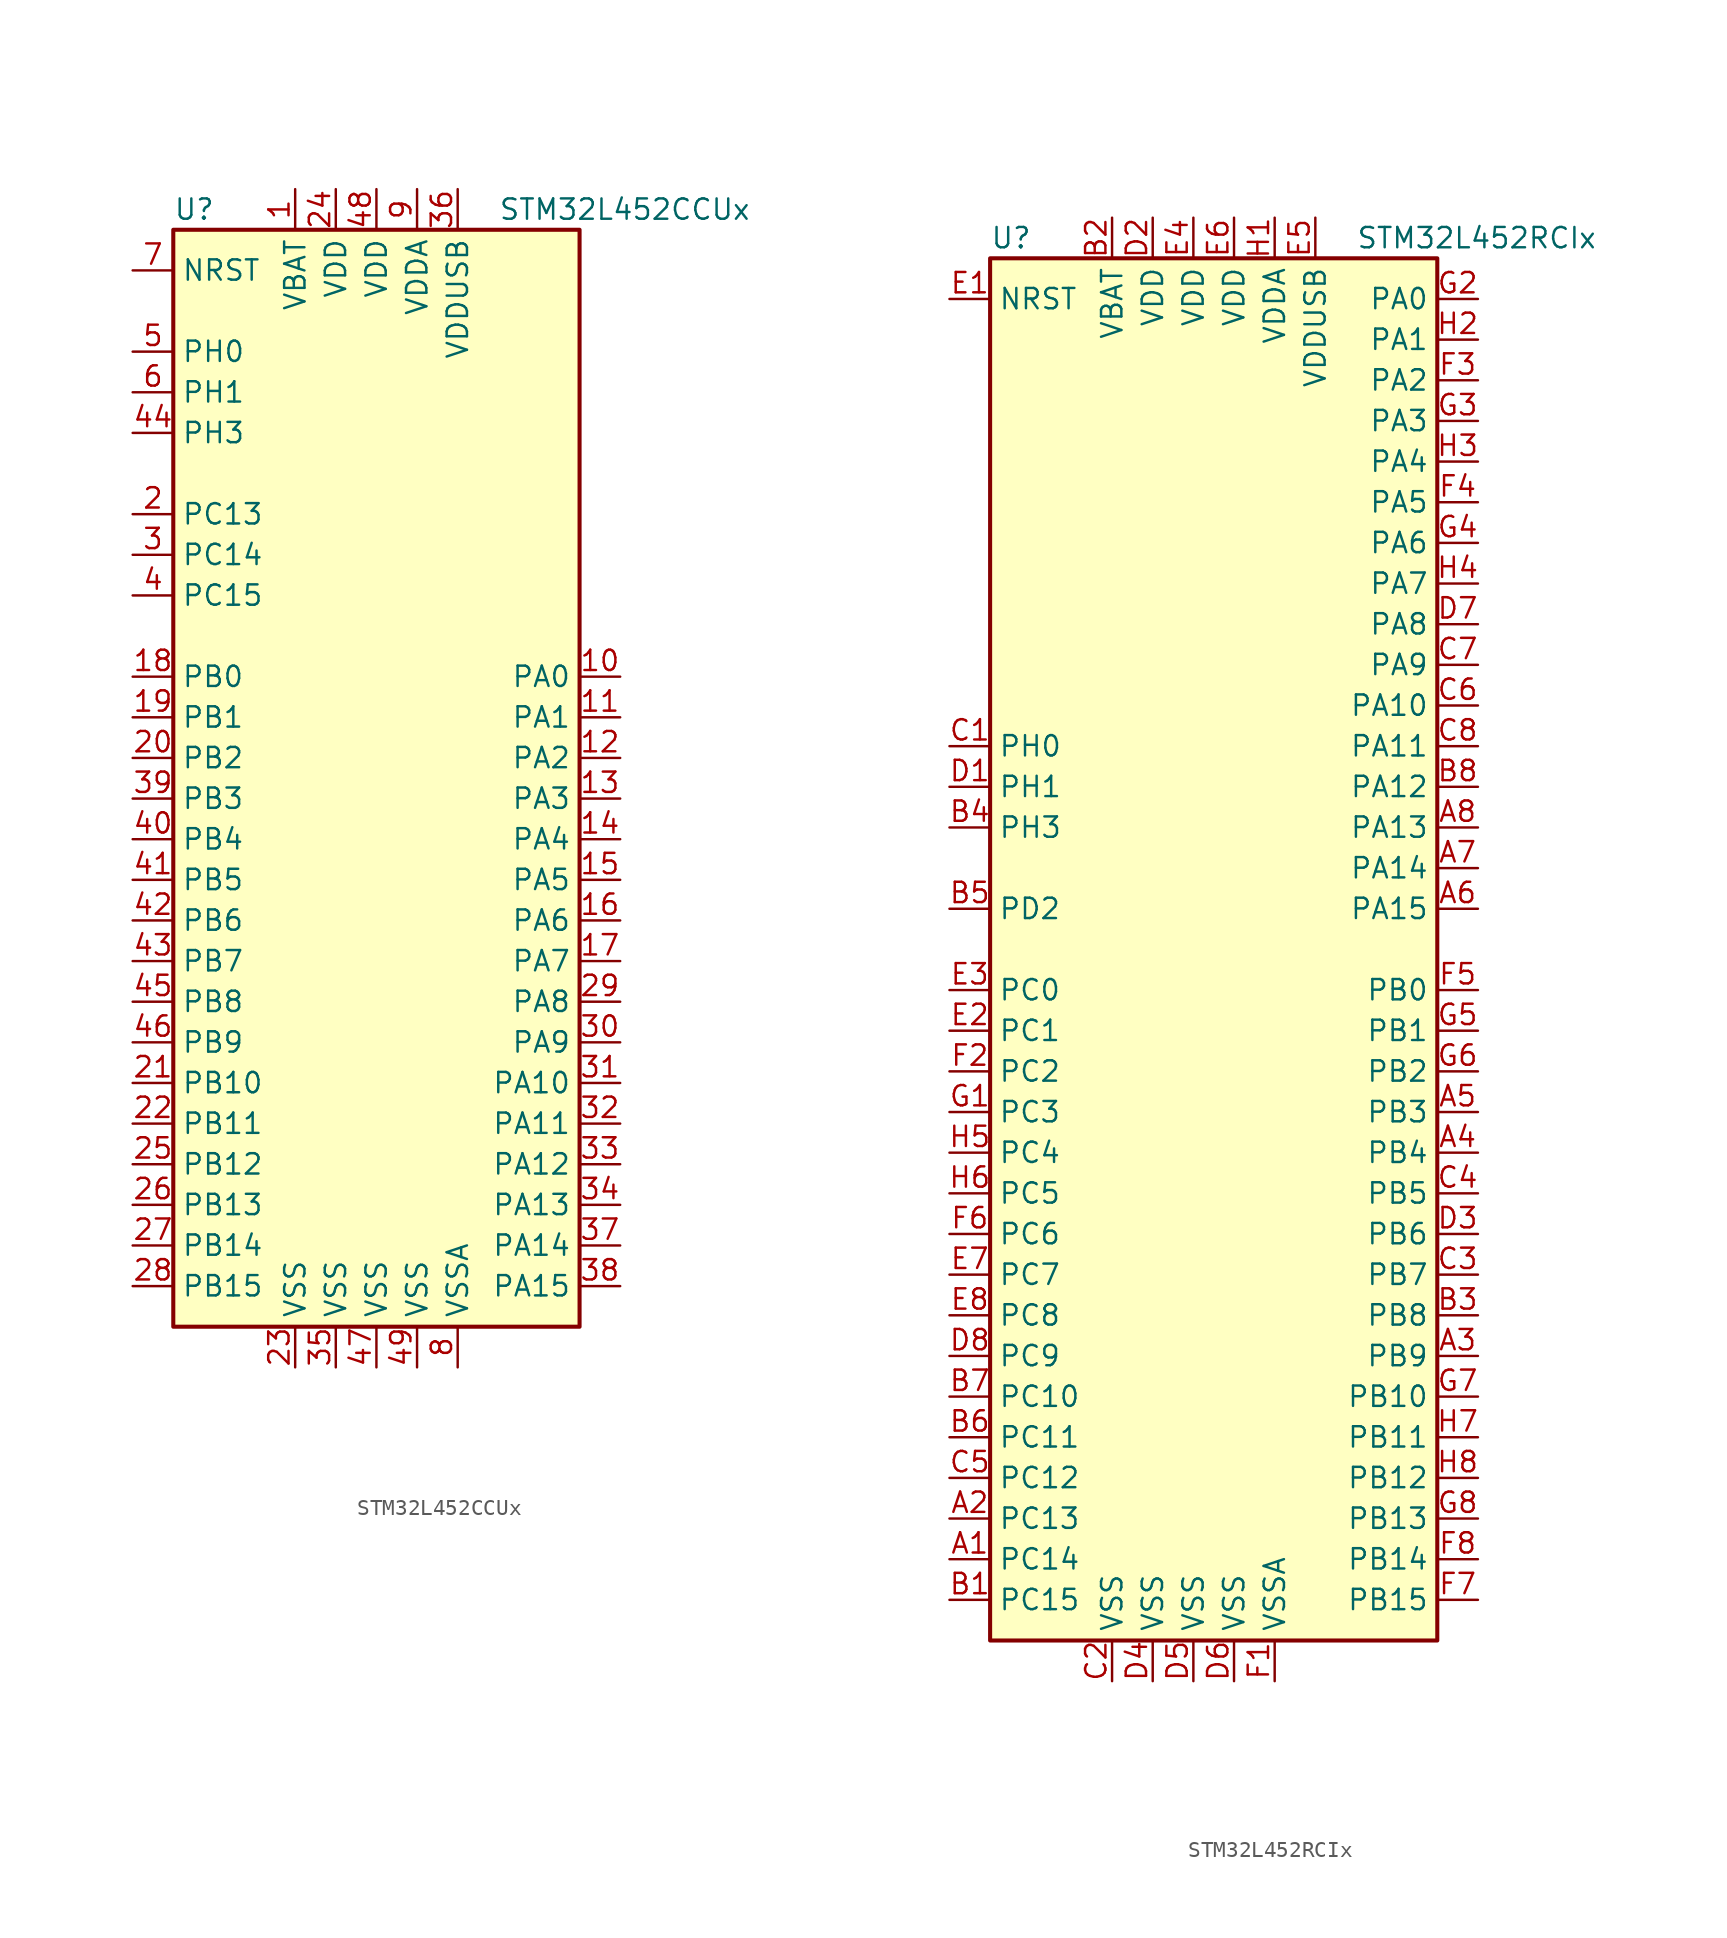
<source format=kicad_sym>
(kicad_symbol_lib
  (version 20201005)
  (generator kicad_symbol_editor)
  (symbol "STM32L452CCUx"
    (property "Reference" "U"
      (at -12.7 34.29 0)
      (effects (font (size 1.27 1.27)) (justify left)))
    (property "Value" "STM32L452CCUx"
      (at 7.62 34.29 0)
      (effects (font (size 1.27 1.27)) (justify left)))
    (symbol "STM32L452CCUx_0_1"
      (rectangle (start -12.7 -35.56) (end 12.7 33.02) (stroke (width 0.254)) (fill (type background))))
    (symbol "STM32L452CCUx_1_1"
      (pin input line (at -15.24 30.48 0) (length 2.54) (name "NRST" (effects (font (size 1.27 1.27)))) (number "7" (effects (font (size 1.27 1.27)))))
      (pin bidirectional line (at 15.24 5.08 180) (length 2.54) (name "PA0" (effects (font (size 1.27 1.27)))) (number "10" (effects (font (size 1.27 1.27)))))
      (pin bidirectional line (at 15.24 2.54 180) (length 2.54) (name "PA1" (effects (font (size 1.27 1.27)))) (number "11" (effects (font (size 1.27 1.27)))))
      (pin bidirectional line (at 15.24 -20.32 180) (length 2.54) (name "PA10" (effects (font (size 1.27 1.27)))) (number "31" (effects (font (size 1.27 1.27)))))
      (pin bidirectional line (at 15.24 -22.86 180) (length 2.54) (name "PA11" (effects (font (size 1.27 1.27)))) (number "32" (effects (font (size 1.27 1.27)))))
      (pin bidirectional line (at 15.24 -25.4 180) (length 2.54) (name "PA12" (effects (font (size 1.27 1.27)))) (number "33" (effects (font (size 1.27 1.27)))))
      (pin bidirectional line (at 15.24 -27.94 180) (length 2.54) (name "PA13" (effects (font (size 1.27 1.27)))) (number "34" (effects (font (size 1.27 1.27)))))
      (pin bidirectional line (at 15.24 -30.48 180) (length 2.54) (name "PA14" (effects (font (size 1.27 1.27)))) (number "37" (effects (font (size 1.27 1.27)))))
      (pin bidirectional line (at 15.24 -33.02 180) (length 2.54) (name "PA15" (effects (font (size 1.27 1.27)))) (number "38" (effects (font (size 1.27 1.27)))))
      (pin bidirectional line (at 15.24 0 180) (length 2.54) (name "PA2" (effects (font (size 1.27 1.27)))) (number "12" (effects (font (size 1.27 1.27)))))
      (pin bidirectional line (at 15.24 -2.54 180) (length 2.54) (name "PA3" (effects (font (size 1.27 1.27)))) (number "13" (effects (font (size 1.27 1.27)))))
      (pin bidirectional line (at 15.24 -5.08 180) (length 2.54) (name "PA4" (effects (font (size 1.27 1.27)))) (number "14" (effects (font (size 1.27 1.27)))))
      (pin bidirectional line (at 15.24 -7.62 180) (length 2.54) (name "PA5" (effects (font (size 1.27 1.27)))) (number "15" (effects (font (size 1.27 1.27)))))
      (pin bidirectional line (at 15.24 -10.16 180) (length 2.54) (name "PA6" (effects (font (size 1.27 1.27)))) (number "16" (effects (font (size 1.27 1.27)))))
      (pin bidirectional line (at 15.24 -12.7 180) (length 2.54) (name "PA7" (effects (font (size 1.27 1.27)))) (number "17" (effects (font (size 1.27 1.27)))))
      (pin bidirectional line (at 15.24 -15.24 180) (length 2.54) (name "PA8" (effects (font (size 1.27 1.27)))) (number "29" (effects (font (size 1.27 1.27)))))
      (pin bidirectional line (at 15.24 -17.78 180) (length 2.54) (name "PA9" (effects (font (size 1.27 1.27)))) (number "30" (effects (font (size 1.27 1.27)))))
      (pin bidirectional line (at -15.24 5.08 0) (length 2.54) (name "PB0" (effects (font (size 1.27 1.27)))) (number "18" (effects (font (size 1.27 1.27)))))
      (pin bidirectional line (at -15.24 2.54 0) (length 2.54) (name "PB1" (effects (font (size 1.27 1.27)))) (number "19" (effects (font (size 1.27 1.27)))))
      (pin bidirectional line (at -15.24 -20.32 0) (length 2.54) (name "PB10" (effects (font (size 1.27 1.27)))) (number "21" (effects (font (size 1.27 1.27)))))
      (pin bidirectional line (at -15.24 -22.86 0) (length 2.54) (name "PB11" (effects (font (size 1.27 1.27)))) (number "22" (effects (font (size 1.27 1.27)))))
      (pin bidirectional line (at -15.24 -25.4 0) (length 2.54) (name "PB12" (effects (font (size 1.27 1.27)))) (number "25" (effects (font (size 1.27 1.27)))))
      (pin bidirectional line (at -15.24 -27.94 0) (length 2.54) (name "PB13" (effects (font (size 1.27 1.27)))) (number "26" (effects (font (size 1.27 1.27)))))
      (pin bidirectional line (at -15.24 -30.48 0) (length 2.54) (name "PB14" (effects (font (size 1.27 1.27)))) (number "27" (effects (font (size 1.27 1.27)))))
      (pin bidirectional line (at -15.24 -33.02 0) (length 2.54) (name "PB15" (effects (font (size 1.27 1.27)))) (number "28" (effects (font (size 1.27 1.27)))))
      (pin bidirectional line (at -15.24 0 0) (length 2.54) (name "PB2" (effects (font (size 1.27 1.27)))) (number "20" (effects (font (size 1.27 1.27)))))
      (pin bidirectional line (at -15.24 -2.54 0) (length 2.54) (name "PB3" (effects (font (size 1.27 1.27)))) (number "39" (effects (font (size 1.27 1.27)))))
      (pin bidirectional line (at -15.24 -5.08 0) (length 2.54) (name "PB4" (effects (font (size 1.27 1.27)))) (number "40" (effects (font (size 1.27 1.27)))))
      (pin bidirectional line (at -15.24 -7.62 0) (length 2.54) (name "PB5" (effects (font (size 1.27 1.27)))) (number "41" (effects (font (size 1.27 1.27)))))
      (pin bidirectional line (at -15.24 -10.16 0) (length 2.54) (name "PB6" (effects (font (size 1.27 1.27)))) (number "42" (effects (font (size 1.27 1.27)))))
      (pin bidirectional line (at -15.24 -12.7 0) (length 2.54) (name "PB7" (effects (font (size 1.27 1.27)))) (number "43" (effects (font (size 1.27 1.27)))))
      (pin bidirectional line (at -15.24 -15.24 0) (length 2.54) (name "PB8" (effects (font (size 1.27 1.27)))) (number "45" (effects (font (size 1.27 1.27)))))
      (pin bidirectional line (at -15.24 -17.78 0) (length 2.54) (name "PB9" (effects (font (size 1.27 1.27)))) (number "46" (effects (font (size 1.27 1.27)))))
      (pin bidirectional line (at -15.24 15.24 0) (length 2.54) (name "PC13" (effects (font (size 1.27 1.27)))) (number "2" (effects (font (size 1.27 1.27)))))
      (pin bidirectional line (at -15.24 12.7 0) (length 2.54) (name "PC14" (effects (font (size 1.27 1.27)))) (number "3" (effects (font (size 1.27 1.27)))))
      (pin bidirectional line (at -15.24 10.16 0) (length 2.54) (name "PC15" (effects (font (size 1.27 1.27)))) (number "4" (effects (font (size 1.27 1.27)))))
      (pin input line (at -15.24 25.4 0) (length 2.54) (name "PH0" (effects (font (size 1.27 1.27)))) (number "5" (effects (font (size 1.27 1.27)))))
      (pin input line (at -15.24 22.86 0) (length 2.54) (name "PH1" (effects (font (size 1.27 1.27)))) (number "6" (effects (font (size 1.27 1.27)))))
      (pin bidirectional line (at -15.24 20.32 0) (length 2.54) (name "PH3" (effects (font (size 1.27 1.27)))) (number "44" (effects (font (size 1.27 1.27)))))
      (pin power_in line (at -5.08 35.56 270) (length 2.54) (name "VBAT" (effects (font (size 1.27 1.27)))) (number "1" (effects (font (size 1.27 1.27)))))
      (pin power_in line (at -2.54 35.56 270) (length 2.54) (name "VDD" (effects (font (size 1.27 1.27)))) (number "24" (effects (font (size 1.27 1.27)))))
      (pin power_in line (at 0 35.56 270) (length 2.54) (name "VDD" (effects (font (size 1.27 1.27)))) (number "48" (effects (font (size 1.27 1.27)))))
      (pin power_in line (at 2.54 35.56 270) (length 2.54) (name "VDDA" (effects (font (size 1.27 1.27)))) (number "9" (effects (font (size 1.27 1.27)))))
      (pin power_in line (at 5.08 35.56 270) (length 2.54) (name "VDDUSB" (effects (font (size 1.27 1.27)))) (number "36" (effects (font (size 1.27 1.27)))))
      (pin power_in line (at -5.08 -38.1 90) (length 2.54) (name "VSS" (effects (font (size 1.27 1.27)))) (number "23" (effects (font (size 1.27 1.27)))))
      (pin power_in line (at -2.54 -38.1 90) (length 2.54) (name "VSS" (effects (font (size 1.27 1.27)))) (number "35" (effects (font (size 1.27 1.27)))))
      (pin power_in line (at 0 -38.1 90) (length 2.54) (name "VSS" (effects (font (size 1.27 1.27)))) (number "47" (effects (font (size 1.27 1.27)))))
      (pin power_in line (at 2.54 -38.1 90) (length 2.54) (name "VSS" (effects (font (size 1.27 1.27)))) (number "49" (effects (font (size 1.27 1.27)))))
      (pin power_in line (at 5.08 -38.1 90) (length 2.54) (name "VSSA" (effects (font (size 1.27 1.27)))) (number "8" (effects (font (size 1.27 1.27)))))))
  (symbol "STM32L452RCIx"
    (property "Reference" "U"
      (at -15.24 44.45 0)
      (effects (font (size 1.27 1.27)) (justify left)))
    (property "Value" "STM32L452RCIx"
      (at 7.62 44.45 0)
      (effects (font (size 1.27 1.27)) (justify left)))
    (symbol "STM32L452RCIx_0_1"
      (rectangle (start -15.24 -43.18) (end 12.7 43.18) (stroke (width 0.254)) (fill (type background))))
    (symbol "STM32L452RCIx_1_1"
      (pin input line (at -17.78 40.64 0) (length 2.54) (name "NRST" (effects (font (size 1.27 1.27)))) (number "E1" (effects (font (size 1.27 1.27)))))
      (pin bidirectional line (at 15.24 40.64 180) (length 2.54) (name "PA0" (effects (font (size 1.27 1.27)))) (number "G2" (effects (font (size 1.27 1.27)))))
      (pin bidirectional line (at 15.24 38.1 180) (length 2.54) (name "PA1" (effects (font (size 1.27 1.27)))) (number "H2" (effects (font (size 1.27 1.27)))))
      (pin bidirectional line (at 15.24 15.24 180) (length 2.54) (name "PA10" (effects (font (size 1.27 1.27)))) (number "C6" (effects (font (size 1.27 1.27)))))
      (pin bidirectional line (at 15.24 12.7 180) (length 2.54) (name "PA11" (effects (font (size 1.27 1.27)))) (number "C8" (effects (font (size 1.27 1.27)))))
      (pin bidirectional line (at 15.24 10.16 180) (length 2.54) (name "PA12" (effects (font (size 1.27 1.27)))) (number "B8" (effects (font (size 1.27 1.27)))))
      (pin bidirectional line (at 15.24 7.62 180) (length 2.54) (name "PA13" (effects (font (size 1.27 1.27)))) (number "A8" (effects (font (size 1.27 1.27)))))
      (pin bidirectional line (at 15.24 5.08 180) (length 2.54) (name "PA14" (effects (font (size 1.27 1.27)))) (number "A7" (effects (font (size 1.27 1.27)))))
      (pin bidirectional line (at 15.24 2.54 180) (length 2.54) (name "PA15" (effects (font (size 1.27 1.27)))) (number "A6" (effects (font (size 1.27 1.27)))))
      (pin bidirectional line (at 15.24 35.56 180) (length 2.54) (name "PA2" (effects (font (size 1.27 1.27)))) (number "F3" (effects (font (size 1.27 1.27)))))
      (pin bidirectional line (at 15.24 33.02 180) (length 2.54) (name "PA3" (effects (font (size 1.27 1.27)))) (number "G3" (effects (font (size 1.27 1.27)))))
      (pin bidirectional line (at 15.24 30.48 180) (length 2.54) (name "PA4" (effects (font (size 1.27 1.27)))) (number "H3" (effects (font (size 1.27 1.27)))))
      (pin bidirectional line (at 15.24 27.94 180) (length 2.54) (name "PA5" (effects (font (size 1.27 1.27)))) (number "F4" (effects (font (size 1.27 1.27)))))
      (pin bidirectional line (at 15.24 25.4 180) (length 2.54) (name "PA6" (effects (font (size 1.27 1.27)))) (number "G4" (effects (font (size 1.27 1.27)))))
      (pin bidirectional line (at 15.24 22.86 180) (length 2.54) (name "PA7" (effects (font (size 1.27 1.27)))) (number "H4" (effects (font (size 1.27 1.27)))))
      (pin bidirectional line (at 15.24 20.32 180) (length 2.54) (name "PA8" (effects (font (size 1.27 1.27)))) (number "D7" (effects (font (size 1.27 1.27)))))
      (pin bidirectional line (at 15.24 17.78 180) (length 2.54) (name "PA9" (effects (font (size 1.27 1.27)))) (number "C7" (effects (font (size 1.27 1.27)))))
      (pin bidirectional line (at 15.24 -2.54 180) (length 2.54) (name "PB0" (effects (font (size 1.27 1.27)))) (number "F5" (effects (font (size 1.27 1.27)))))
      (pin bidirectional line (at 15.24 -5.08 180) (length 2.54) (name "PB1" (effects (font (size 1.27 1.27)))) (number "G5" (effects (font (size 1.27 1.27)))))
      (pin bidirectional line (at 15.24 -27.94 180) (length 2.54) (name "PB10" (effects (font (size 1.27 1.27)))) (number "G7" (effects (font (size 1.27 1.27)))))
      (pin bidirectional line (at 15.24 -30.48 180) (length 2.54) (name "PB11" (effects (font (size 1.27 1.27)))) (number "H7" (effects (font (size 1.27 1.27)))))
      (pin bidirectional line (at 15.24 -33.02 180) (length 2.54) (name "PB12" (effects (font (size 1.27 1.27)))) (number "H8" (effects (font (size 1.27 1.27)))))
      (pin bidirectional line (at 15.24 -35.56 180) (length 2.54) (name "PB13" (effects (font (size 1.27 1.27)))) (number "G8" (effects (font (size 1.27 1.27)))))
      (pin bidirectional line (at 15.24 -38.1 180) (length 2.54) (name "PB14" (effects (font (size 1.27 1.27)))) (number "F8" (effects (font (size 1.27 1.27)))))
      (pin bidirectional line (at 15.24 -40.64 180) (length 2.54) (name "PB15" (effects (font (size 1.27 1.27)))) (number "F7" (effects (font (size 1.27 1.27)))))
      (pin bidirectional line (at 15.24 -7.62 180) (length 2.54) (name "PB2" (effects (font (size 1.27 1.27)))) (number "G6" (effects (font (size 1.27 1.27)))))
      (pin bidirectional line (at 15.24 -10.16 180) (length 2.54) (name "PB3" (effects (font (size 1.27 1.27)))) (number "A5" (effects (font (size 1.27 1.27)))))
      (pin bidirectional line (at 15.24 -12.7 180) (length 2.54) (name "PB4" (effects (font (size 1.27 1.27)))) (number "A4" (effects (font (size 1.27 1.27)))))
      (pin bidirectional line (at 15.24 -15.24 180) (length 2.54) (name "PB5" (effects (font (size 1.27 1.27)))) (number "C4" (effects (font (size 1.27 1.27)))))
      (pin bidirectional line (at 15.24 -17.78 180) (length 2.54) (name "PB6" (effects (font (size 1.27 1.27)))) (number "D3" (effects (font (size 1.27 1.27)))))
      (pin bidirectional line (at 15.24 -20.32 180) (length 2.54) (name "PB7" (effects (font (size 1.27 1.27)))) (number "C3" (effects (font (size 1.27 1.27)))))
      (pin bidirectional line (at 15.24 -22.86 180) (length 2.54) (name "PB8" (effects (font (size 1.27 1.27)))) (number "B3" (effects (font (size 1.27 1.27)))))
      (pin bidirectional line (at 15.24 -25.4 180) (length 2.54) (name "PB9" (effects (font (size 1.27 1.27)))) (number "A3" (effects (font (size 1.27 1.27)))))
      (pin bidirectional line (at -17.78 -2.54 0) (length 2.54) (name "PC0" (effects (font (size 1.27 1.27)))) (number "E3" (effects (font (size 1.27 1.27)))))
      (pin bidirectional line (at -17.78 -5.08 0) (length 2.54) (name "PC1" (effects (font (size 1.27 1.27)))) (number "E2" (effects (font (size 1.27 1.27)))))
      (pin bidirectional line (at -17.78 -27.94 0) (length 2.54) (name "PC10" (effects (font (size 1.27 1.27)))) (number "B7" (effects (font (size 1.27 1.27)))))
      (pin bidirectional line (at -17.78 -30.48 0) (length 2.54) (name "PC11" (effects (font (size 1.27 1.27)))) (number "B6" (effects (font (size 1.27 1.27)))))
      (pin bidirectional line (at -17.78 -33.02 0) (length 2.54) (name "PC12" (effects (font (size 1.27 1.27)))) (number "C5" (effects (font (size 1.27 1.27)))))
      (pin bidirectional line (at -17.78 -35.56 0) (length 2.54) (name "PC13" (effects (font (size 1.27 1.27)))) (number "A2" (effects (font (size 1.27 1.27)))))
      (pin bidirectional line (at -17.78 -38.1 0) (length 2.54) (name "PC14" (effects (font (size 1.27 1.27)))) (number "A1" (effects (font (size 1.27 1.27)))))
      (pin bidirectional line (at -17.78 -40.64 0) (length 2.54) (name "PC15" (effects (font (size 1.27 1.27)))) (number "B1" (effects (font (size 1.27 1.27)))))
      (pin bidirectional line (at -17.78 -7.62 0) (length 2.54) (name "PC2" (effects (font (size 1.27 1.27)))) (number "F2" (effects (font (size 1.27 1.27)))))
      (pin bidirectional line (at -17.78 -10.16 0) (length 2.54) (name "PC3" (effects (font (size 1.27 1.27)))) (number "G1" (effects (font (size 1.27 1.27)))))
      (pin bidirectional line (at -17.78 -12.7 0) (length 2.54) (name "PC4" (effects (font (size 1.27 1.27)))) (number "H5" (effects (font (size 1.27 1.27)))))
      (pin bidirectional line (at -17.78 -15.24 0) (length 2.54) (name "PC5" (effects (font (size 1.27 1.27)))) (number "H6" (effects (font (size 1.27 1.27)))))
      (pin bidirectional line (at -17.78 -17.78 0) (length 2.54) (name "PC6" (effects (font (size 1.27 1.27)))) (number "F6" (effects (font (size 1.27 1.27)))))
      (pin bidirectional line (at -17.78 -20.32 0) (length 2.54) (name "PC7" (effects (font (size 1.27 1.27)))) (number "E7" (effects (font (size 1.27 1.27)))))
      (pin bidirectional line (at -17.78 -22.86 0) (length 2.54) (name "PC8" (effects (font (size 1.27 1.27)))) (number "E8" (effects (font (size 1.27 1.27)))))
      (pin bidirectional line (at -17.78 -25.4 0) (length 2.54) (name "PC9" (effects (font (size 1.27 1.27)))) (number "D8" (effects (font (size 1.27 1.27)))))
      (pin bidirectional line (at -17.78 2.54 0) (length 2.54) (name "PD2" (effects (font (size 1.27 1.27)))) (number "B5" (effects (font (size 1.27 1.27)))))
      (pin input line (at -17.78 12.7 0) (length 2.54) (name "PH0" (effects (font (size 1.27 1.27)))) (number "C1" (effects (font (size 1.27 1.27)))))
      (pin input line (at -17.78 10.16 0) (length 2.54) (name "PH1" (effects (font (size 1.27 1.27)))) (number "D1" (effects (font (size 1.27 1.27)))))
      (pin bidirectional line (at -17.78 7.62 0) (length 2.54) (name "PH3" (effects (font (size 1.27 1.27)))) (number "B4" (effects (font (size 1.27 1.27)))))
      (pin power_in line (at -7.62 45.72 270) (length 2.54) (name "VBAT" (effects (font (size 1.27 1.27)))) (number "B2" (effects (font (size 1.27 1.27)))))
      (pin power_in line (at -5.08 45.72 270) (length 2.54) (name "VDD" (effects (font (size 1.27 1.27)))) (number "D2" (effects (font (size 1.27 1.27)))))
      (pin power_in line (at -2.54 45.72 270) (length 2.54) (name "VDD" (effects (font (size 1.27 1.27)))) (number "E4" (effects (font (size 1.27 1.27)))))
      (pin power_in line (at 0 45.72 270) (length 2.54) (name "VDD" (effects (font (size 1.27 1.27)))) (number "E6" (effects (font (size 1.27 1.27)))))
      (pin power_in line (at 2.54 45.72 270) (length 2.54) (name "VDDA" (effects (font (size 1.27 1.27)))) (number "H1" (effects (font (size 1.27 1.27)))))
      (pin power_in line (at 5.08 45.72 270) (length 2.54) (name "VDDUSB" (effects (font (size 1.27 1.27)))) (number "E5" (effects (font (size 1.27 1.27)))))
      (pin power_in line (at -7.62 -45.72 90) (length 2.54) (name "VSS" (effects (font (size 1.27 1.27)))) (number "C2" (effects (font (size 1.27 1.27)))))
      (pin power_in line (at -5.08 -45.72 90) (length 2.54) (name "VSS" (effects (font (size 1.27 1.27)))) (number "D4" (effects (font (size 1.27 1.27)))))
      (pin power_in line (at -2.54 -45.72 90) (length 2.54) (name "VSS" (effects (font (size 1.27 1.27)))) (number "D5" (effects (font (size 1.27 1.27)))))
      (pin power_in line (at 0 -45.72 90) (length 2.54) (name "VSS" (effects (font (size 1.27 1.27)))) (number "D6" (effects (font (size 1.27 1.27)))))
      (pin power_in line (at 2.54 -45.72 90) (length 2.54) (name "VSSA" (effects (font (size 1.27 1.27)))) (number "F1" (effects (font (size 1.27 1.27))))))))
</source>
